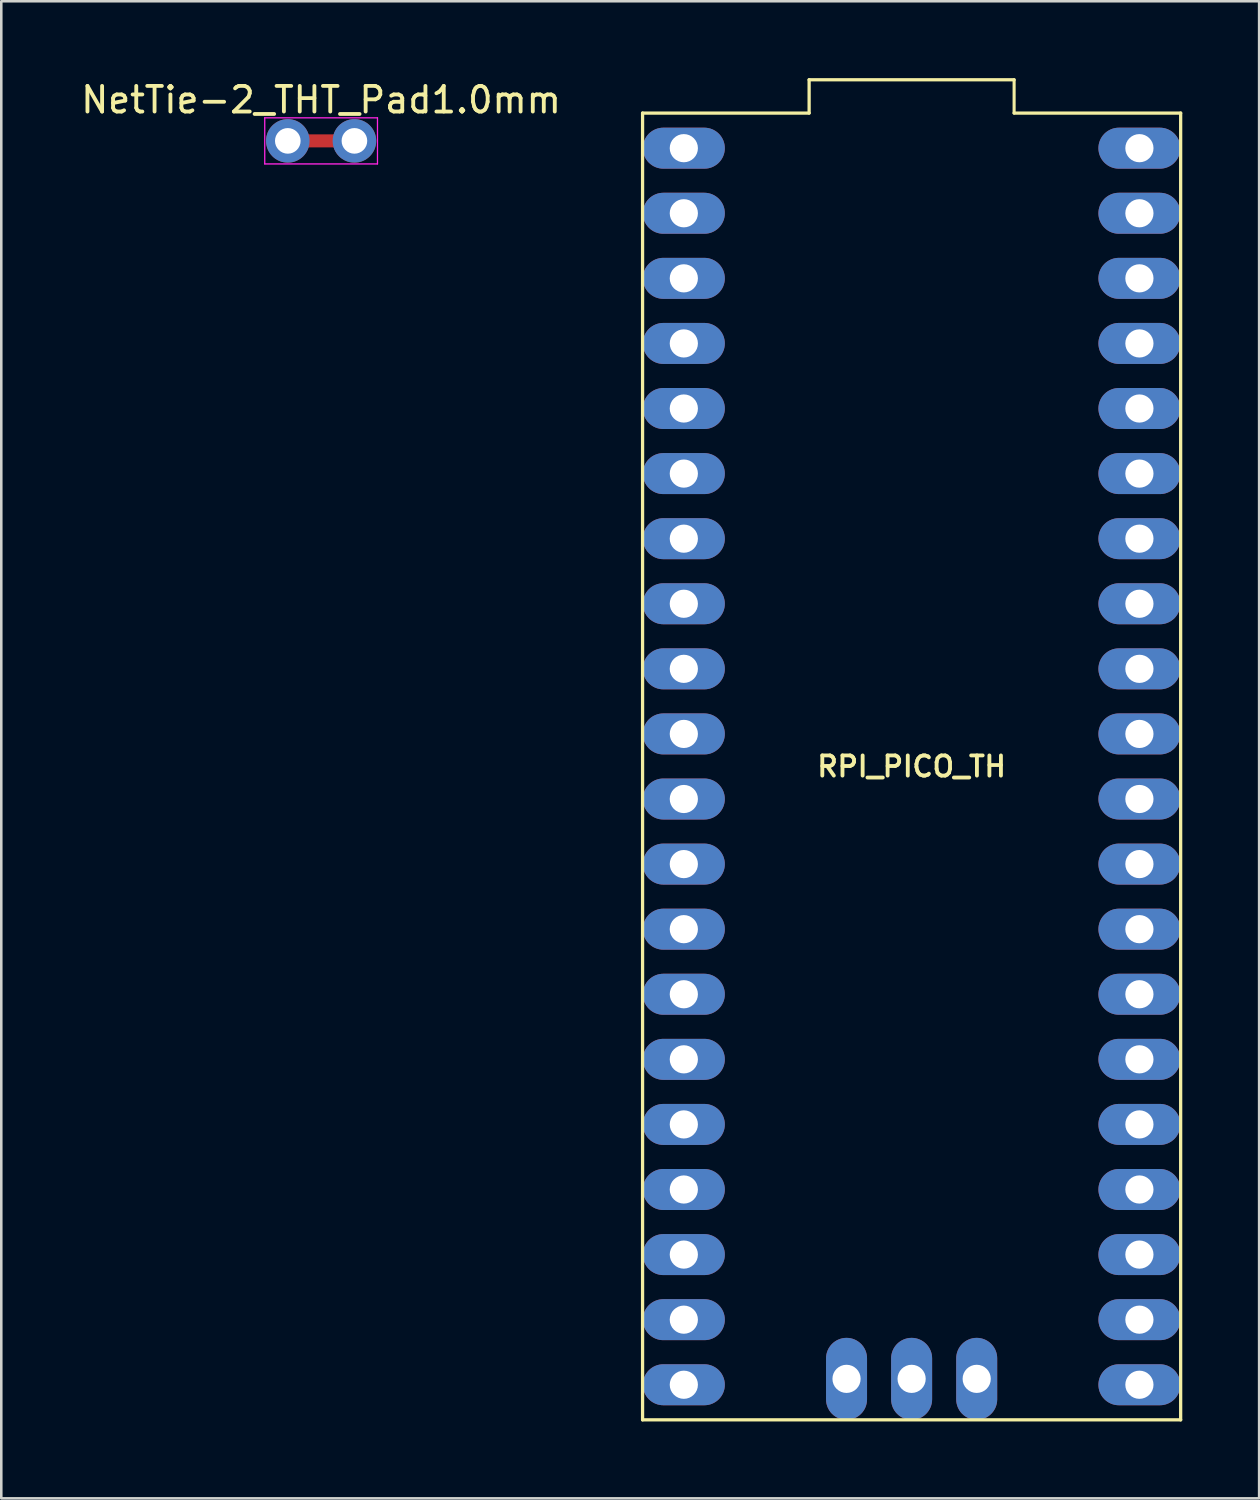
<source format=kicad_pcb>
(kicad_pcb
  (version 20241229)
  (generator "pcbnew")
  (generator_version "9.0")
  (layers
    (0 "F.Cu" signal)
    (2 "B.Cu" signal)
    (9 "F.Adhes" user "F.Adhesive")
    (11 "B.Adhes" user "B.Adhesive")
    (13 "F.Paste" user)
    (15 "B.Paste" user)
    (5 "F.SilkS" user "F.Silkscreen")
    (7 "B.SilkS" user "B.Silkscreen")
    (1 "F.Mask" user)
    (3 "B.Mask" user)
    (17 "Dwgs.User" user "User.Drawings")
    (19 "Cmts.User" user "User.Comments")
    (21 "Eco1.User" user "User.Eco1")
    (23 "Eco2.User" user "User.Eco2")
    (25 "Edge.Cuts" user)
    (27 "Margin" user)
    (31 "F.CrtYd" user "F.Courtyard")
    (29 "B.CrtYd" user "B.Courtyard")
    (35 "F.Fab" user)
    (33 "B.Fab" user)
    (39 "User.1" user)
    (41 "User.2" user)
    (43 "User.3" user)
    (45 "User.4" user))
  (footprint "RPI_PICO_TH"
    (layer "F.Cu")
    (at 32.528 26.863)
    (property "Reference" "RPI_PICO_TH" (at 0 0 0) (layer "F.SilkS") (effects (font (size 0.787 0.787) (thickness 0.15))))
    (attr through_hole)
    (fp_line (start -10.5 -25.5) (end -4 -25.5) (stroke (width 0.127) (type solid)) (layer "F.SilkS"))
    (fp_line (start -10.5 25.5) (end -10.5 -25.5) (stroke (width 0.127) (type solid)) (layer "F.SilkS"))
    (fp_line (start -4 -26.8) (end 4 -26.8) (stroke (width 0.127) (type solid)) (layer "F.SilkS"))
    (fp_line (start -4 -25.5) (end -4 -26.8) (stroke (width 0.127) (type solid)) (layer "F.SilkS"))
    (fp_line (start 4 -26.8) (end 4 -25.5) (stroke (width 0.12) (type solid)) (layer "F.SilkS"))
    (fp_line (start 4 -25.5) (end 10.5 -25.5) (stroke (width 0.127) (type solid)) (layer "F.SilkS"))
    (fp_line (start 10.5 -25.5) (end 10.5 25.5) (stroke (width 0.127) (type solid)) (layer "F.SilkS"))
    (fp_line (start 10.5 25.5) (end -10.5 25.5) (stroke (width 0.127) (type solid)) (layer "F.SilkS"))
    (pad "1" thru_hole oval (at -8.89 -24.13) (size 3.2 1.6) (drill 1.1) (layers "*.Cu" "*.Mask"))
    (pad "2" thru_hole oval (at -8.89 -21.59) (size 3.2 1.6) (drill 1.1) (layers "*.Cu" "*.Mask"))
    (pad "3" thru_hole oval (at -8.89 -19.05) (size 3.2 1.6) (drill 1.1) (layers "*.Cu" "*.Mask"))
    (pad "4" thru_hole oval (at -8.89 -16.51) (size 3.2 1.6) (drill 1.1) (layers "*.Cu" "*.Mask"))
    (pad "5" thru_hole oval (at -8.89 -13.97) (size 3.2 1.6) (drill 1.1) (layers "*.Cu" "*.Mask"))
    (pad "6" thru_hole oval (at -8.89 -11.43) (size 3.2 1.6) (drill 1.1) (layers "*.Cu" "*.Mask"))
    (pad "7" thru_hole oval (at -8.89 -8.89) (size 3.2 1.6) (drill 1.1) (layers "*.Cu" "*.Mask"))
    (pad "8" thru_hole oval (at -8.89 -6.35) (size 3.2 1.6) (drill 1.1) (layers "*.Cu" "*.Mask"))
    (pad "9" thru_hole oval (at -8.89 -3.81) (size 3.2 1.6) (drill 1.1) (layers "*.Cu" "*.Mask"))
    (pad "10" thru_hole oval (at -8.89 -1.27) (size 3.2 1.6) (drill 1.1) (layers "*.Cu" "*.Mask"))
    (pad "11" thru_hole oval (at -8.89 1.27) (size 3.2 1.6) (drill 1.1) (layers "*.Cu" "*.Mask"))
    (pad "12" thru_hole oval (at -8.89 3.81) (size 3.2 1.6) (drill 1.1) (layers "*.Cu" "*.Mask"))
    (pad "13" thru_hole oval (at -8.89 6.35) (size 3.2 1.6) (drill 1.1) (layers "*.Cu" "*.Mask"))
    (pad "14" thru_hole oval (at -8.89 8.89) (size 3.2 1.6) (drill 1.1) (layers "*.Cu" "*.Mask"))
    (pad "15" thru_hole oval (at -8.89 11.43) (size 3.2 1.6) (drill 1.1) (layers "*.Cu" "*.Mask"))
    (pad "16" thru_hole oval (at -8.89 13.97) (size 3.2 1.6) (drill 1.1) (layers "*.Cu" "*.Mask"))
    (pad "17" thru_hole oval (at -8.89 16.51) (size 3.2 1.6) (drill 1.1) (layers "*.Cu" "*.Mask"))
    (pad "18" thru_hole oval (at -8.89 19.05) (size 3.2 1.6) (drill 1.1) (layers "*.Cu" "*.Mask"))
    (pad "19" thru_hole oval (at -8.89 21.59) (size 3.2 1.6) (drill 1.1) (layers "*.Cu" "*.Mask"))
    (pad "20" thru_hole oval (at -8.89 24.13) (size 3.2 1.6) (drill 1.1) (layers "*.Cu" "*.Mask"))
    (pad "21" thru_hole oval (at 8.89 24.13) (size 3.2 1.6) (drill 1.1) (layers "*.Cu" "*.Mask"))
    (pad "22" thru_hole oval (at 8.89 21.59) (size 3.2 1.6) (drill 1.1) (layers "*.Cu" "*.Mask"))
    (pad "23" thru_hole oval (at 8.89 19.05) (size 3.2 1.6) (drill 1.1) (layers "*.Cu" "*.Mask"))
    (pad "24" thru_hole oval (at 8.89 16.51) (size 3.2 1.6) (drill 1.1) (layers "*.Cu" "*.Mask"))
    (pad "25" thru_hole oval (at 8.89 13.97) (size 3.2 1.6) (drill 1.1) (layers "*.Cu" "*.Mask"))
    (pad "26" thru_hole oval (at 8.89 11.43) (size 3.2 1.6) (drill 1.1) (layers "*.Cu" "*.Mask"))
    (pad "27" thru_hole oval (at 8.89 8.89) (size 3.2 1.6) (drill 1.1) (layers "*.Cu" "*.Mask"))
    (pad "28" thru_hole oval (at 8.89 6.35) (size 3.2 1.6) (drill 1.1) (layers "*.Cu" "*.Mask"))
    (pad "29" thru_hole oval (at 8.89 3.81) (size 3.2 1.6) (drill 1.1) (layers "*.Cu" "*.Mask"))
    (pad "30" thru_hole oval (at 8.89 1.27) (size 3.2 1.6) (drill 1.1) (layers "*.Cu" "*.Mask"))
    (pad "31" thru_hole oval (at 8.89 -1.27) (size 3.2 1.6) (drill 1.1) (layers "*.Cu" "*.Mask"))
    (pad "32" thru_hole oval (at 8.89 -3.81) (size 3.2 1.6) (drill 1.1) (layers "*.Cu" "*.Mask"))
    (pad "33" thru_hole oval (at 8.89 -6.35) (size 3.2 1.6) (drill 1.1) (layers "*.Cu" "*.Mask"))
    (pad "34" thru_hole oval (at 8.89 -8.89) (size 3.2 1.6) (drill 1.1) (layers "*.Cu" "*.Mask"))
    (pad "35" thru_hole oval (at 8.89 -11.43) (size 3.2 1.6) (drill 1.1) (layers "*.Cu" "*.Mask"))
    (pad "36" thru_hole oval (at 8.89 -13.97) (size 3.2 1.6) (drill 1.1) (layers "*.Cu" "*.Mask"))
    (pad "37" thru_hole oval (at 8.89 -16.51) (size 3.2 1.6) (drill 1.1) (layers "*.Cu" "*.Mask"))
    (pad "38" thru_hole oval (at 8.89 -19.05) (size 3.2 1.6) (drill 1.1) (layers "*.Cu" "*.Mask"))
    (pad "39" thru_hole oval (at 8.89 -21.59) (size 3.2 1.6) (drill 1.1) (layers "*.Cu" "*.Mask"))
    (pad "40" thru_hole oval (at 8.89 -24.13) (size 3.2 1.6) (drill 1.1) (layers "*.Cu" "*.Mask"))
    (pad "D1" thru_hole oval (at -2.54 23.9) (size 1.6 3.2) (drill 1.1) (layers "*.Cu" "*.Mask"))
    (pad "D2" thru_hole oval (at 0 23.9) (size 1.6 3.2) (drill 1.1) (layers "*.Cu" "*.Mask"))
    (pad "D3" thru_hole oval (at 2.54 23.9) (size 1.6 3.2) (drill 1.1) (layers "*.Cu" "*.Mask")))
  (footprint "NetTie-2_THT_Pad1.0mm"
    (layer "F.Cu")
    (at 8.182 2.448)
    (property "Reference" "NetTie-2_THT_Pad1.0mm" (at 1.3 -1.6 180) (layer "F.SilkS") (effects (font (size 1 1) (thickness 0.15))))
    (attr exclude_from_pos_files)
    (fp_poly (pts (xy 0 -0.254) (xy 2.6 -0.254) (xy 2.6 0.254) (xy 0 0.254)) (stroke (width 0) (type solid)) (fill yes) (layer "F.Cu"))
    (fp_line (start -0.9 -0.9) (end 3.5 -0.9) (stroke (width 0.05) (type solid)) (layer "F.CrtYd"))
    (fp_line (start -0.9 0.9) (end -0.9 -0.9) (stroke (width 0.05) (type solid)) (layer "F.CrtYd"))
    (fp_line (start 3.5 -0.9) (end 3.5 0.9) (stroke (width 0.05) (type solid)) (layer "F.CrtYd"))
    (fp_line (start 3.5 0.9) (end -0.9 0.9) (stroke (width 0.05) (type solid)) (layer "F.CrtYd"))
    (pad "1" thru_hole circle (at 0 0) (size 1.7 1.7) (drill 1) (layers "*.Cu" "*.Mask"))
    (pad "2" thru_hole circle (at 2.6 0) (size 1.7 1.7) (drill 1) (layers "*.Cu" "*.Mask")))
  (gr_rect
    (start -3 -3)
    (end 46.091 55.427)
    (stroke (width 0.1) (type default))
    (fill no)
    (layer "Edge.Cuts")))
</source>
